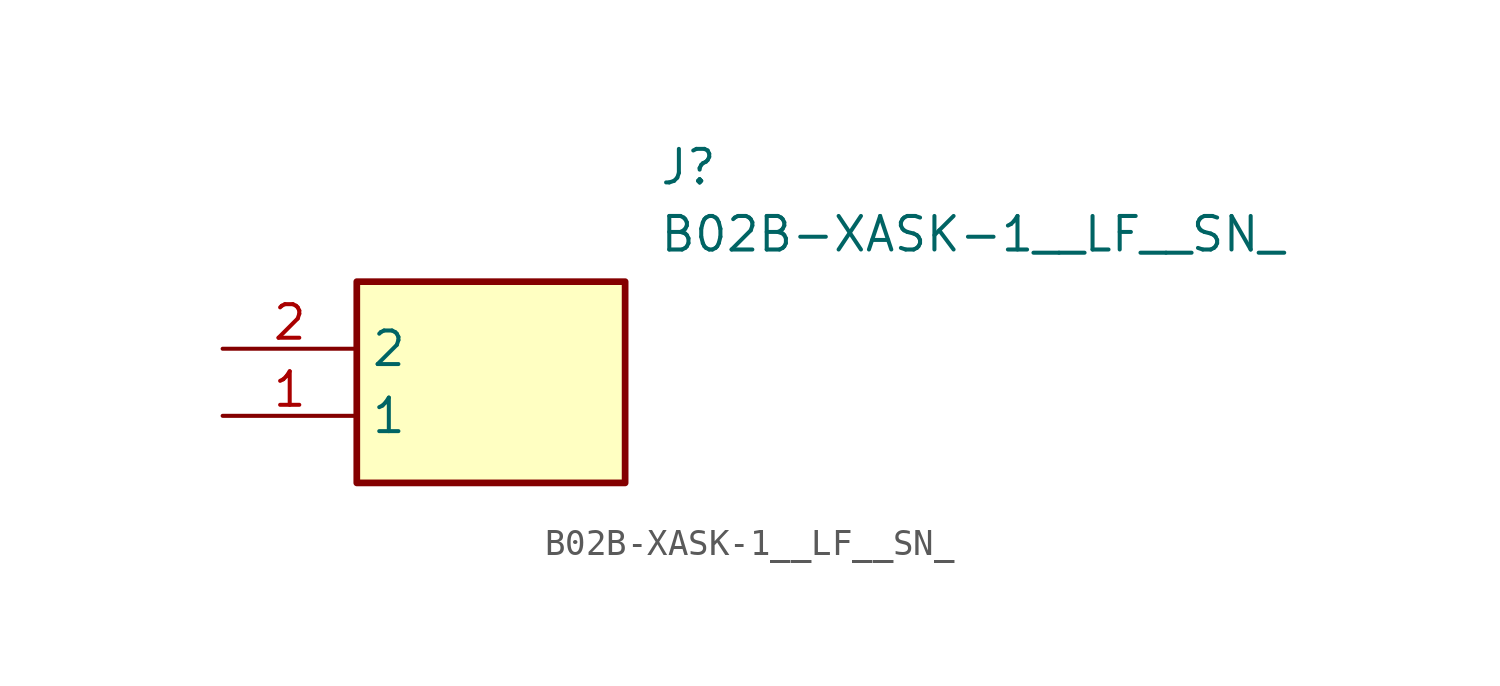
<source format=kicad_sym>
(kicad_symbol_lib
  (version 20211014)
  (generator SamacSys_ECAD_Model)
  (symbol "B02B-XASK-1__LF__SN_"
    (property "Reference" "J"
      (at 16.51 7.62 0)
      (effects (font (size 1.27 1.27)) (justify left top)))
    (property "Value" "B02B-XASK-1__LF__SN_"
      (at 16.51 5.08 0)
      (effects (font (size 1.27 1.27)) (justify left top)))
    (rectangle
      (start 5.08 2.54)
      (end 15.24 -5.08)
      (stroke (width 0.254) (type default))
      (fill (type background)))
    (pin passive line
      (at 0 -2.54 0)
      (length 5.08)
      (name "1" (effects (font (size 1.27 1.27))))
      (number "1" (effects (font (size 1.27 1.27)))))
    (pin passive line
      (at 0 0 0)
      (length 5.08)
      (name "2" (effects (font (size 1.27 1.27))))
      (number "2" (effects (font (size 1.27 1.27)))))))
</source>
